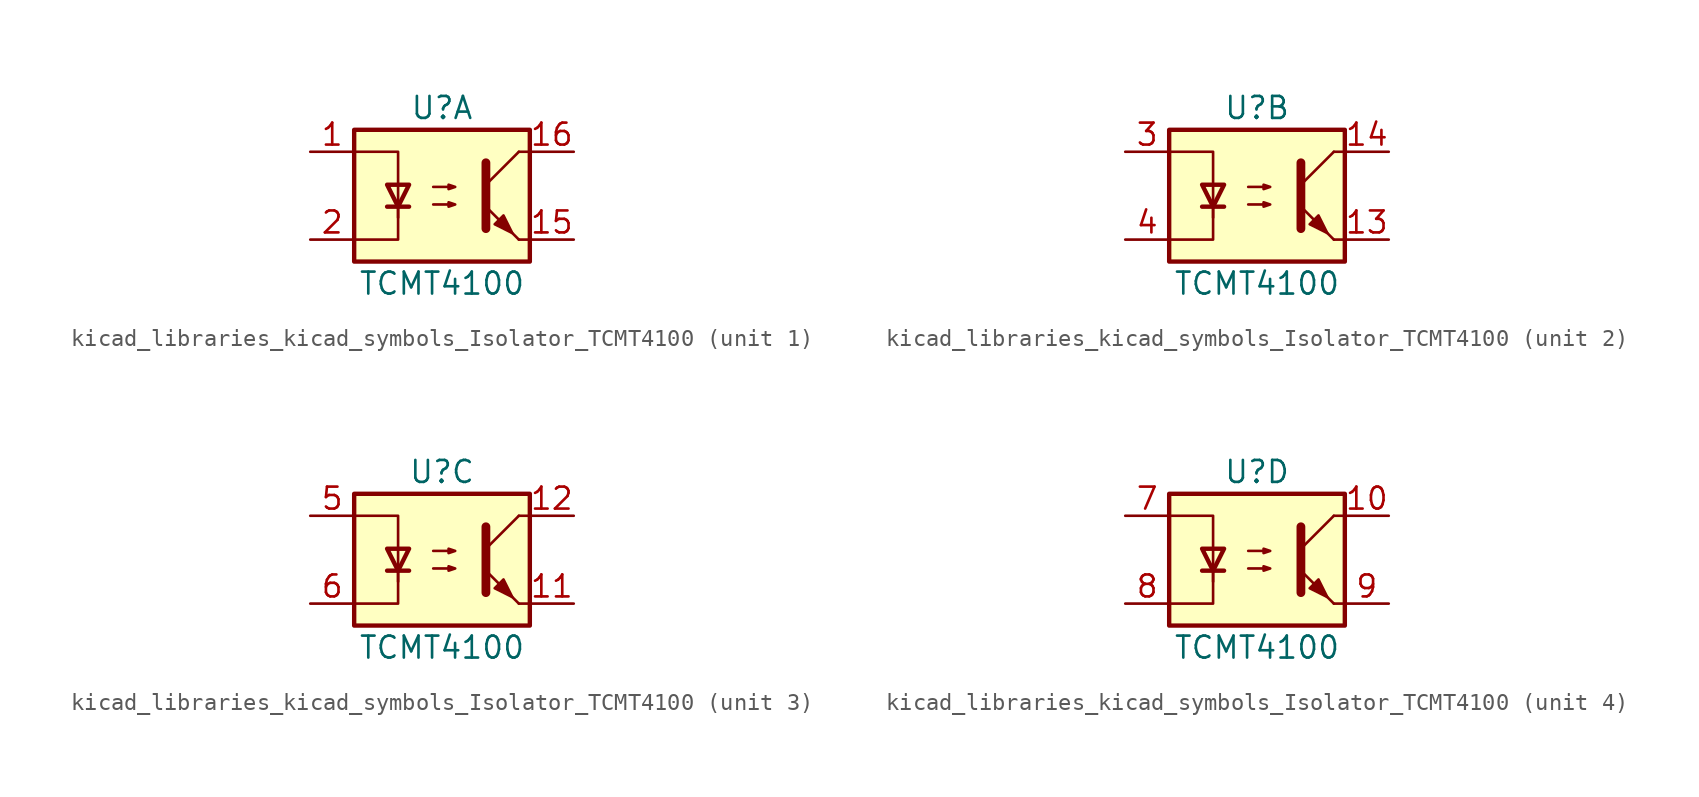
<source format=kicad_sym>
(kicad_symbol_lib
  (version 20220914)
  (generator kicad_symbol_editor)
  (symbol "kicad_libraries_kicad_symbols_Isolator_TCMT4100"
    (pin_names
      (offset 1.016))
    (property "Reference" "U"
      (at 0 5.08 0)
      (effects (font (size 1.27 1.27))))
    (property "Value" "TCMT4100"
      (at 0 -5.08 0)
      (effects (font (size 1.27 1.27))))
    (symbol "kicad_libraries_kicad_symbols_Isolator_TCMT4100_1_1"
      (rectangle (start -5.08 3.81) (end 5.08 -3.81) (stroke (width 0.254) (type default)) (fill (type background)))
      (polyline (pts (xy -3.175 -0.635) (xy -1.905 -0.635)) (stroke (width 0.254) (type default)) (fill (type none)))
      (polyline (pts (xy 2.54 0.635) (xy 4.445 2.54)) (stroke (width 0) (type default)) (fill (type none)))
      (polyline (pts (xy 4.445 -2.54) (xy 2.54 -0.635)) (stroke (width 0) (type default)) (fill (type outline)))
      (polyline (pts (xy 4.445 -2.54) (xy 5.08 -2.54)) (stroke (width 0) (type default)) (fill (type none)))
      (polyline (pts (xy 4.445 2.54) (xy 5.08 2.54)) (stroke (width 0) (type default)) (fill (type none)))
      (polyline (pts (xy -2.54 -0.635) (xy -2.54 -2.54) (xy -5.08 -2.54)) (stroke (width 0) (type default)) (fill (type none)))
      (polyline (pts (xy 2.54 1.905) (xy 2.54 -1.905) (xy 2.54 -1.905)) (stroke (width 0.508) (type default)) (fill (type none)))
      (polyline (pts (xy -5.08 2.54) (xy -2.54 2.54) (xy -2.54 -1.27) (xy -2.54 0.635)) (stroke (width 0) (type default)) (fill (type none)))
      (polyline (pts (xy -2.54 -0.635) (xy -3.175 0.635) (xy -1.905 0.635) (xy -2.54 -0.635)) (stroke (width 0.254) (type default)) (fill (type none)))
      (polyline (pts (xy -0.508 -0.508) (xy 0.762 -0.508) (xy 0.381 -0.635) (xy 0.381 -0.381) (xy 0.762 -0.508)) (stroke (width 0) (type default)) (fill (type none)))
      (polyline (pts (xy -0.508 0.508) (xy 0.762 0.508) (xy 0.381 0.381) (xy 0.381 0.635) (xy 0.762 0.508)) (stroke (width 0) (type default)) (fill (type none)))
      (polyline (pts (xy 3.048 -1.651) (xy 3.556 -1.143) (xy 4.064 -2.159) (xy 3.048 -1.651) (xy 3.048 -1.651)) (stroke (width 0) (type default)) (fill (type outline)))
      (pin passive line (at -7.62 2.54 0) (length 2.54) (name "~" (effects (font (size 1.27 1.27)))) (number "1" (effects (font (size 1.27 1.27)))))
      (pin passive line (at 7.62 -2.54 180) (length 2.54) (name "~" (effects (font (size 1.27 1.27)))) (number "15" (effects (font (size 1.27 1.27)))))
      (pin passive line (at 7.62 2.54 180) (length 2.54) (name "~" (effects (font (size 1.27 1.27)))) (number "16" (effects (font (size 1.27 1.27)))))
      (pin passive line (at -7.62 -2.54 0) (length 2.54) (name "~" (effects (font (size 1.27 1.27)))) (number "2" (effects (font (size 1.27 1.27))))))
    (symbol "kicad_libraries_kicad_symbols_Isolator_TCMT4100_2_1"
      (rectangle (start -5.08 3.81) (end 5.08 -3.81) (stroke (width 0.254) (type default)) (fill (type background)))
      (polyline (pts (xy -3.175 -0.635) (xy -1.905 -0.635)) (stroke (width 0.254) (type default)) (fill (type none)))
      (polyline (pts (xy 2.54 0.635) (xy 4.445 2.54)) (stroke (width 0) (type default)) (fill (type none)))
      (polyline (pts (xy 4.445 -2.54) (xy 2.54 -0.635)) (stroke (width 0) (type default)) (fill (type outline)))
      (polyline (pts (xy 4.445 -2.54) (xy 5.08 -2.54)) (stroke (width 0) (type default)) (fill (type none)))
      (polyline (pts (xy 4.445 2.54) (xy 5.08 2.54)) (stroke (width 0) (type default)) (fill (type none)))
      (polyline (pts (xy -2.54 -0.635) (xy -2.54 -2.54) (xy -5.08 -2.54)) (stroke (width 0) (type default)) (fill (type none)))
      (polyline (pts (xy 2.54 1.905) (xy 2.54 -1.905) (xy 2.54 -1.905)) (stroke (width 0.508) (type default)) (fill (type none)))
      (polyline (pts (xy -5.08 2.54) (xy -2.54 2.54) (xy -2.54 -1.27) (xy -2.54 0.635)) (stroke (width 0) (type default)) (fill (type none)))
      (polyline (pts (xy -2.54 -0.635) (xy -3.175 0.635) (xy -1.905 0.635) (xy -2.54 -0.635)) (stroke (width 0.254) (type default)) (fill (type none)))
      (polyline (pts (xy -0.508 -0.508) (xy 0.762 -0.508) (xy 0.381 -0.635) (xy 0.381 -0.381) (xy 0.762 -0.508)) (stroke (width 0) (type default)) (fill (type none)))
      (polyline (pts (xy -0.508 0.508) (xy 0.762 0.508) (xy 0.381 0.381) (xy 0.381 0.635) (xy 0.762 0.508)) (stroke (width 0) (type default)) (fill (type none)))
      (polyline (pts (xy 3.048 -1.651) (xy 3.556 -1.143) (xy 4.064 -2.159) (xy 3.048 -1.651) (xy 3.048 -1.651)) (stroke (width 0) (type default)) (fill (type outline)))
      (pin passive line (at 7.62 -2.54 180) (length 2.54) (name "~" (effects (font (size 1.27 1.27)))) (number "13" (effects (font (size 1.27 1.27)))))
      (pin passive line (at 7.62 2.54 180) (length 2.54) (name "~" (effects (font (size 1.27 1.27)))) (number "14" (effects (font (size 1.27 1.27)))))
      (pin passive line (at -7.62 2.54 0) (length 2.54) (name "~" (effects (font (size 1.27 1.27)))) (number "3" (effects (font (size 1.27 1.27)))))
      (pin passive line (at -7.62 -2.54 0) (length 2.54) (name "~" (effects (font (size 1.27 1.27)))) (number "4" (effects (font (size 1.27 1.27))))))
    (symbol "kicad_libraries_kicad_symbols_Isolator_TCMT4100_3_1"
      (rectangle (start -5.08 3.81) (end 5.08 -3.81) (stroke (width 0.254) (type default)) (fill (type background)))
      (polyline (pts (xy -3.175 -0.635) (xy -1.905 -0.635)) (stroke (width 0.254) (type default)) (fill (type none)))
      (polyline (pts (xy 2.54 0.635) (xy 4.445 2.54)) (stroke (width 0) (type default)) (fill (type none)))
      (polyline (pts (xy 4.445 -2.54) (xy 2.54 -0.635)) (stroke (width 0) (type default)) (fill (type outline)))
      (polyline (pts (xy 4.445 -2.54) (xy 5.08 -2.54)) (stroke (width 0) (type default)) (fill (type none)))
      (polyline (pts (xy 4.445 2.54) (xy 5.08 2.54)) (stroke (width 0) (type default)) (fill (type none)))
      (polyline (pts (xy -2.54 -0.635) (xy -2.54 -2.54) (xy -5.08 -2.54)) (stroke (width 0) (type default)) (fill (type none)))
      (polyline (pts (xy 2.54 1.905) (xy 2.54 -1.905) (xy 2.54 -1.905)) (stroke (width 0.508) (type default)) (fill (type none)))
      (polyline (pts (xy -5.08 2.54) (xy -2.54 2.54) (xy -2.54 -1.27) (xy -2.54 0.635)) (stroke (width 0) (type default)) (fill (type none)))
      (polyline (pts (xy -2.54 -0.635) (xy -3.175 0.635) (xy -1.905 0.635) (xy -2.54 -0.635)) (stroke (width 0.254) (type default)) (fill (type none)))
      (polyline (pts (xy -0.508 -0.508) (xy 0.762 -0.508) (xy 0.381 -0.635) (xy 0.381 -0.381) (xy 0.762 -0.508)) (stroke (width 0) (type default)) (fill (type none)))
      (polyline (pts (xy -0.508 0.508) (xy 0.762 0.508) (xy 0.381 0.381) (xy 0.381 0.635) (xy 0.762 0.508)) (stroke (width 0) (type default)) (fill (type none)))
      (polyline (pts (xy 3.048 -1.651) (xy 3.556 -1.143) (xy 4.064 -2.159) (xy 3.048 -1.651) (xy 3.048 -1.651)) (stroke (width 0) (type default)) (fill (type outline)))
      (pin passive line (at 7.62 -2.54 180) (length 2.54) (name "~" (effects (font (size 1.27 1.27)))) (number "11" (effects (font (size 1.27 1.27)))))
      (pin passive line (at 7.62 2.54 180) (length 2.54) (name "~" (effects (font (size 1.27 1.27)))) (number "12" (effects (font (size 1.27 1.27)))))
      (pin passive line (at -7.62 2.54 0) (length 2.54) (name "~" (effects (font (size 1.27 1.27)))) (number "5" (effects (font (size 1.27 1.27)))))
      (pin passive line (at -7.62 -2.54 0) (length 2.54) (name "~" (effects (font (size 1.27 1.27)))) (number "6" (effects (font (size 1.27 1.27))))))
    (symbol "kicad_libraries_kicad_symbols_Isolator_TCMT4100_4_1"
      (rectangle (start -5.08 3.81) (end 5.08 -3.81) (stroke (width 0.254) (type default)) (fill (type background)))
      (polyline (pts (xy -3.175 -0.635) (xy -1.905 -0.635)) (stroke (width 0.254) (type default)) (fill (type none)))
      (polyline (pts (xy 2.54 0.635) (xy 4.445 2.54)) (stroke (width 0) (type default)) (fill (type none)))
      (polyline (pts (xy 4.445 -2.54) (xy 2.54 -0.635)) (stroke (width 0) (type default)) (fill (type outline)))
      (polyline (pts (xy 4.445 -2.54) (xy 5.08 -2.54)) (stroke (width 0) (type default)) (fill (type none)))
      (polyline (pts (xy 4.445 2.54) (xy 5.08 2.54)) (stroke (width 0) (type default)) (fill (type none)))
      (polyline (pts (xy -2.54 -0.635) (xy -2.54 -2.54) (xy -5.08 -2.54)) (stroke (width 0) (type default)) (fill (type none)))
      (polyline (pts (xy 2.54 1.905) (xy 2.54 -1.905) (xy 2.54 -1.905)) (stroke (width 0.508) (type default)) (fill (type none)))
      (polyline (pts (xy -5.08 2.54) (xy -2.54 2.54) (xy -2.54 -1.27) (xy -2.54 0.635)) (stroke (width 0) (type default)) (fill (type none)))
      (polyline (pts (xy -2.54 -0.635) (xy -3.175 0.635) (xy -1.905 0.635) (xy -2.54 -0.635)) (stroke (width 0.254) (type default)) (fill (type none)))
      (polyline (pts (xy -0.508 -0.508) (xy 0.762 -0.508) (xy 0.381 -0.635) (xy 0.381 -0.381) (xy 0.762 -0.508)) (stroke (width 0) (type default)) (fill (type none)))
      (polyline (pts (xy -0.508 0.508) (xy 0.762 0.508) (xy 0.381 0.381) (xy 0.381 0.635) (xy 0.762 0.508)) (stroke (width 0) (type default)) (fill (type none)))
      (polyline (pts (xy 3.048 -1.651) (xy 3.556 -1.143) (xy 4.064 -2.159) (xy 3.048 -1.651) (xy 3.048 -1.651)) (stroke (width 0) (type default)) (fill (type outline)))
      (pin passive line (at 7.62 2.54 180) (length 2.54) (name "~" (effects (font (size 1.27 1.27)))) (number "10" (effects (font (size 1.27 1.27)))))
      (pin passive line (at -7.62 2.54 0) (length 2.54) (name "~" (effects (font (size 1.27 1.27)))) (number "7" (effects (font (size 1.27 1.27)))))
      (pin passive line (at -7.62 -2.54 0) (length 2.54) (name "~" (effects (font (size 1.27 1.27)))) (number "8" (effects (font (size 1.27 1.27)))))
      (pin passive line (at 7.62 -2.54 180) (length 2.54) (name "~" (effects (font (size 1.27 1.27)))) (number "9" (effects (font (size 1.27 1.27))))))))
</source>
